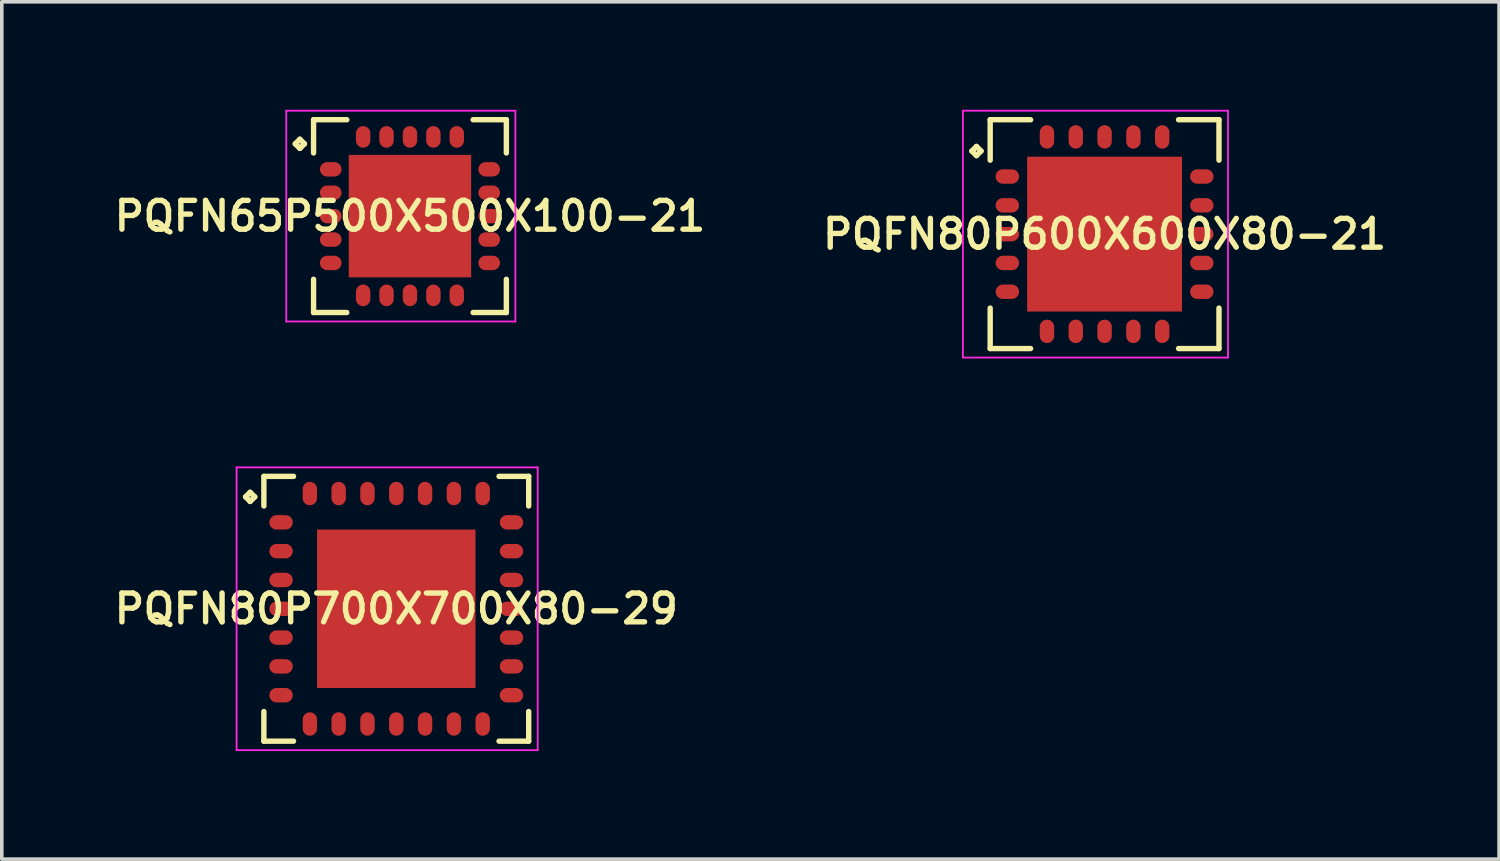
<source format=kicad_pcb>
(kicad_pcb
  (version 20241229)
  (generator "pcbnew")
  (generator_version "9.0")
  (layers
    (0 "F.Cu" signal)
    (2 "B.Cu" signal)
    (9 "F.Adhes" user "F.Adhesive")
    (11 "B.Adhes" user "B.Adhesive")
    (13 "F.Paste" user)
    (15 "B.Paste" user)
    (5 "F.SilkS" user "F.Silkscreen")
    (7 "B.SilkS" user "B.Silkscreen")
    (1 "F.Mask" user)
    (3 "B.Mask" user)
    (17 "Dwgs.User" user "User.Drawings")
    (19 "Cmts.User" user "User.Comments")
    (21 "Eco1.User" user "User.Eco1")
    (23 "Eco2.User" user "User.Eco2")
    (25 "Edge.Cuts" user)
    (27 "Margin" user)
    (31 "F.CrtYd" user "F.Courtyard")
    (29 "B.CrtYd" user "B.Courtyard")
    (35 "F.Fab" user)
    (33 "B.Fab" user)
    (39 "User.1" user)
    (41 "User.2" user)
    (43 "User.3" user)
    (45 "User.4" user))
  (footprint "PQFN80P600X600X80-21"
    (layer "F.Cu")
    (at 27.625 3.452)
    (property "Reference" "PQFN80P600X600X80-21" (at 0 0 0) (layer "F.SilkS") (effects (font (size 0.8 0.8) (thickness 0.15))))
    (attr smd)
    (fp_line (start -3.685 -2.308) (end -3.558 -2.435) (stroke (width 0.15) (type solid)) (layer "F.SilkS"))
    (fp_line (start -3.558 -2.435) (end -3.431 -2.308) (stroke (width 0.15) (type solid)) (layer "F.SilkS"))
    (fp_line (start -3.558 -2.181) (end -3.685 -2.308) (stroke (width 0.15) (type solid)) (layer "F.SilkS"))
    (fp_line (start -3.431 -2.308) (end -3.558 -2.181) (stroke (width 0.15) (type solid)) (layer "F.SilkS"))
    (fp_line (start -3.177 -3.177) (end -2.054 -3.177) (stroke (width 0.15) (type solid)) (layer "F.SilkS"))
    (fp_line (start -3.177 -2.054) (end -3.177 -3.177) (stroke (width 0.15) (type solid)) (layer "F.SilkS"))
    (fp_line (start -3.177 2.054) (end -3.177 3.177) (stroke (width 0.15) (type solid)) (layer "F.SilkS"))
    (fp_line (start -3.177 3.177) (end -2.054 3.177) (stroke (width 0.15) (type solid)) (layer "F.SilkS"))
    (fp_line (start 2.054 -3.177) (end 3.177 -3.177) (stroke (width 0.15) (type solid)) (layer "F.SilkS"))
    (fp_line (start 2.054 3.177) (end 3.177 3.177) (stroke (width 0.15) (type solid)) (layer "F.SilkS"))
    (fp_line (start 3.177 -3.177) (end 3.177 -2.054) (stroke (width 0.15) (type solid)) (layer "F.SilkS"))
    (fp_line (start 3.177 3.177) (end 3.177 2.054) (stroke (width 0.15) (type solid)) (layer "F.SilkS"))
    (fp_line (start -3.935 -3.427) (end 3.427 -3.427) (stroke (width 0.05) (type solid)) (layer "F.CrtYd"))
    (fp_line (start -3.935 3.427) (end -3.935 -3.427) (stroke (width 0.05) (type solid)) (layer "F.CrtYd"))
    (fp_line (start 3.427 -3.427) (end 3.427 3.427) (stroke (width 0.05) (type solid)) (layer "F.CrtYd"))
    (fp_line (start 3.427 3.427) (end -3.935 3.427) (stroke (width 0.05) (type solid)) (layer "F.CrtYd"))
    (pad "1" smd oval (at -2.7 -1.6) (size 0.65 0.4) (layers "F.Cu" "F.Mask" "F.Paste"))
    (pad "2" smd oval (at -2.7 -0.8) (size 0.65 0.4) (layers "F.Cu" "F.Mask" "F.Paste"))
    (pad "3" smd oval (at -2.7 0) (size 0.65 0.4) (layers "F.Cu" "F.Mask" "F.Paste"))
    (pad "4" smd oval (at -2.7 0.8) (size 0.65 0.4) (layers "F.Cu" "F.Mask" "F.Paste"))
    (pad "5" smd oval (at -2.7 1.6) (size 0.65 0.4) (layers "F.Cu" "F.Mask" "F.Paste"))
    (pad "6" smd oval (at -1.6 2.7) (size 0.4 0.65) (layers "F.Cu" "F.Mask" "F.Paste"))
    (pad "7" smd oval (at -0.8 2.7) (size 0.4 0.65) (layers "F.Cu" "F.Mask" "F.Paste"))
    (pad "8" smd oval (at 0 2.7) (size 0.4 0.65) (layers "F.Cu" "F.Mask" "F.Paste"))
    (pad "9" smd oval (at 0.8 2.7) (size 0.4 0.65) (layers "F.Cu" "F.Mask" "F.Paste"))
    (pad "10" smd oval (at 1.6 2.7) (size 0.4 0.65) (layers "F.Cu" "F.Mask" "F.Paste"))
    (pad "11" smd oval (at 2.7 1.6) (size 0.65 0.4) (layers "F.Cu" "F.Mask" "F.Paste"))
    (pad "12" smd oval (at 2.7 0.8) (size 0.65 0.4) (layers "F.Cu" "F.Mask" "F.Paste"))
    (pad "13" smd oval (at 2.7 0) (size 0.65 0.4) (layers "F.Cu" "F.Mask" "F.Paste"))
    (pad "14" smd oval (at 2.7 -0.8) (size 0.65 0.4) (layers "F.Cu" "F.Mask" "F.Paste"))
    (pad "15" smd oval (at 2.7 -1.6) (size 0.65 0.4) (layers "F.Cu" "F.Mask" "F.Paste"))
    (pad "16" smd oval (at 1.6 -2.7) (size 0.4 0.65) (layers "F.Cu" "F.Mask" "F.Paste"))
    (pad "17" smd oval (at 0.8 -2.7) (size 0.4 0.65) (layers "F.Cu" "F.Mask" "F.Paste"))
    (pad "18" smd oval (at 0 -2.7) (size 0.4 0.65) (layers "F.Cu" "F.Mask" "F.Paste"))
    (pad "19" smd oval (at -0.8 -2.7) (size 0.4 0.65) (layers "F.Cu" "F.Mask" "F.Paste"))
    (pad "20" smd oval (at -1.6 -2.7) (size 0.4 0.65) (layers "F.Cu" "F.Mask" "F.Paste"))
    (pad "21" smd rect (at 0 0) (size 4.3 4.3) (layers "F.Cu" "F.Mask" "F.Paste")))
  (footprint "PQFN80P700X700X80-29"
    (layer "F.Cu")
    (at 7.955 13.856)
    (property "Reference" "PQFN80P700X700X80-29" (at 0 0 0) (layer "F.SilkS") (effects (font (size 0.8 0.8) (thickness 0.15))))
    (attr smd)
    (fp_line (start -4.185 -3.108) (end -4.058 -3.235) (stroke (width 0.15) (type solid)) (layer "F.SilkS"))
    (fp_line (start -4.058 -3.235) (end -3.931 -3.108) (stroke (width 0.15) (type solid)) (layer "F.SilkS"))
    (fp_line (start -4.058 -2.981) (end -4.185 -3.108) (stroke (width 0.15) (type solid)) (layer "F.SilkS"))
    (fp_line (start -3.931 -3.108) (end -4.058 -2.981) (stroke (width 0.15) (type solid)) (layer "F.SilkS"))
    (fp_line (start -3.677 -3.677) (end -2.854 -3.677) (stroke (width 0.15) (type solid)) (layer "F.SilkS"))
    (fp_line (start -3.677 -2.854) (end -3.677 -3.677) (stroke (width 0.15) (type solid)) (layer "F.SilkS"))
    (fp_line (start -3.677 2.854) (end -3.677 3.677) (stroke (width 0.15) (type solid)) (layer "F.SilkS"))
    (fp_line (start -3.677 3.677) (end -2.854 3.677) (stroke (width 0.15) (type solid)) (layer "F.SilkS"))
    (fp_line (start 2.854 -3.677) (end 3.677 -3.677) (stroke (width 0.15) (type solid)) (layer "F.SilkS"))
    (fp_line (start 2.854 3.677) (end 3.677 3.677) (stroke (width 0.15) (type solid)) (layer "F.SilkS"))
    (fp_line (start 3.677 -3.677) (end 3.677 -2.854) (stroke (width 0.15) (type solid)) (layer "F.SilkS"))
    (fp_line (start 3.677 3.677) (end 3.677 2.854) (stroke (width 0.15) (type solid)) (layer "F.SilkS"))
    (fp_line (start -4.435 -3.927) (end 3.927 -3.927) (stroke (width 0.05) (type solid)) (layer "F.CrtYd"))
    (fp_line (start -4.435 3.927) (end -4.435 -3.927) (stroke (width 0.05) (type solid)) (layer "F.CrtYd"))
    (fp_line (start 3.927 -3.927) (end 3.927 3.927) (stroke (width 0.05) (type solid)) (layer "F.CrtYd"))
    (fp_line (start 3.927 3.927) (end -4.435 3.927) (stroke (width 0.05) (type solid)) (layer "F.CrtYd"))
    (pad "1" smd oval (at -3.2 -2.4) (size 0.65 0.4) (layers "F.Cu" "F.Mask" "F.Paste"))
    (pad "2" smd oval (at -3.2 -1.6) (size 0.65 0.4) (layers "F.Cu" "F.Mask" "F.Paste"))
    (pad "3" smd oval (at -3.2 -0.8) (size 0.65 0.4) (layers "F.Cu" "F.Mask" "F.Paste"))
    (pad "4" smd oval (at -3.2 0) (size 0.65 0.4) (layers "F.Cu" "F.Mask" "F.Paste"))
    (pad "5" smd oval (at -3.2 0.8) (size 0.65 0.4) (layers "F.Cu" "F.Mask" "F.Paste"))
    (pad "6" smd oval (at -3.2 1.6) (size 0.65 0.4) (layers "F.Cu" "F.Mask" "F.Paste"))
    (pad "7" smd oval (at -3.2 2.4) (size 0.65 0.4) (layers "F.Cu" "F.Mask" "F.Paste"))
    (pad "8" smd oval (at -2.4 3.2) (size 0.4 0.65) (layers "F.Cu" "F.Mask" "F.Paste"))
    (pad "9" smd oval (at -1.6 3.2) (size 0.4 0.65) (layers "F.Cu" "F.Mask" "F.Paste"))
    (pad "10" smd oval (at -0.8 3.2) (size 0.4 0.65) (layers "F.Cu" "F.Mask" "F.Paste"))
    (pad "11" smd oval (at 0 3.2) (size 0.4 0.65) (layers "F.Cu" "F.Mask" "F.Paste"))
    (pad "12" smd oval (at 0.8 3.2) (size 0.4 0.65) (layers "F.Cu" "F.Mask" "F.Paste"))
    (pad "13" smd oval (at 1.6 3.2) (size 0.4 0.65) (layers "F.Cu" "F.Mask" "F.Paste"))
    (pad "14" smd oval (at 2.4 3.2) (size 0.4 0.65) (layers "F.Cu" "F.Mask" "F.Paste"))
    (pad "15" smd oval (at 3.2 2.4) (size 0.65 0.4) (layers "F.Cu" "F.Mask" "F.Paste"))
    (pad "16" smd oval (at 3.2 1.6) (size 0.65 0.4) (layers "F.Cu" "F.Mask" "F.Paste"))
    (pad "17" smd oval (at 3.2 0.8) (size 0.65 0.4) (layers "F.Cu" "F.Mask" "F.Paste"))
    (pad "18" smd oval (at 3.2 0) (size 0.65 0.4) (layers "F.Cu" "F.Mask" "F.Paste"))
    (pad "19" smd oval (at 3.2 -0.8) (size 0.65 0.4) (layers "F.Cu" "F.Mask" "F.Paste"))
    (pad "20" smd oval (at 3.2 -1.6) (size 0.65 0.4) (layers "F.Cu" "F.Mask" "F.Paste"))
    (pad "21" smd oval (at 3.2 -2.4) (size 0.65 0.4) (layers "F.Cu" "F.Mask" "F.Paste"))
    (pad "22" smd oval (at 2.4 -3.2) (size 0.4 0.65) (layers "F.Cu" "F.Mask" "F.Paste"))
    (pad "23" smd oval (at 1.6 -3.2) (size 0.4 0.65) (layers "F.Cu" "F.Mask" "F.Paste"))
    (pad "24" smd oval (at 0.8 -3.2) (size 0.4 0.65) (layers "F.Cu" "F.Mask" "F.Paste"))
    (pad "25" smd oval (at 0 -3.2) (size 0.4 0.65) (layers "F.Cu" "F.Mask" "F.Paste"))
    (pad "26" smd oval (at -0.8 -3.2) (size 0.4 0.65) (layers "F.Cu" "F.Mask" "F.Paste"))
    (pad "27" smd oval (at -1.6 -3.2) (size 0.4 0.65) (layers "F.Cu" "F.Mask" "F.Paste"))
    (pad "28" smd oval (at -2.4 -3.2) (size 0.4 0.65) (layers "F.Cu" "F.Mask" "F.Paste"))
    (pad "29" smd rect (at 0 0) (size 4.4 4.4) (layers "F.Cu" "F.Mask" "F.Paste")))
  (footprint "PQFN65P500X500X100-21"
    (layer "F.Cu")
    (at 8.335 2.952)
    (property "Reference" "PQFN65P500X500X100-21" (at 0 0 0) (layer "F.SilkS") (effects (font (size 0.8 0.8) (thickness 0.15))))
    (attr smd)
    (fp_line (start -3.185 -2.008) (end -3.058 -2.135) (stroke (width 0.15) (type solid)) (layer "F.SilkS"))
    (fp_line (start -3.058 -2.135) (end -2.931 -2.008) (stroke (width 0.15) (type solid)) (layer "F.SilkS"))
    (fp_line (start -3.058 -1.881) (end -3.185 -2.008) (stroke (width 0.15) (type solid)) (layer "F.SilkS"))
    (fp_line (start -2.931 -2.008) (end -3.058 -1.881) (stroke (width 0.15) (type solid)) (layer "F.SilkS"))
    (fp_line (start -2.677 -2.677) (end -1.754 -2.677) (stroke (width 0.15) (type solid)) (layer "F.SilkS"))
    (fp_line (start -2.677 -1.754) (end -2.677 -2.677) (stroke (width 0.15) (type solid)) (layer "F.SilkS"))
    (fp_line (start -2.677 1.754) (end -2.677 2.677) (stroke (width 0.15) (type solid)) (layer "F.SilkS"))
    (fp_line (start -2.677 2.677) (end -1.754 2.677) (stroke (width 0.15) (type solid)) (layer "F.SilkS"))
    (fp_line (start 1.754 -2.677) (end 2.677 -2.677) (stroke (width 0.15) (type solid)) (layer "F.SilkS"))
    (fp_line (start 1.754 2.677) (end 2.677 2.677) (stroke (width 0.15) (type solid)) (layer "F.SilkS"))
    (fp_line (start 2.677 -2.677) (end 2.677 -1.754) (stroke (width 0.15) (type solid)) (layer "F.SilkS"))
    (fp_line (start 2.677 2.677) (end 2.677 1.754) (stroke (width 0.15) (type solid)) (layer "F.SilkS"))
    (fp_line (start -3.435 -2.927) (end 2.927 -2.927) (stroke (width 0.05) (type solid)) (layer "F.CrtYd"))
    (fp_line (start -3.435 2.927) (end -3.435 -2.927) (stroke (width 0.05) (type solid)) (layer "F.CrtYd"))
    (fp_line (start 2.927 -2.927) (end 2.927 2.927) (stroke (width 0.05) (type solid)) (layer "F.CrtYd"))
    (fp_line (start 2.927 2.927) (end -3.435 2.927) (stroke (width 0.05) (type solid)) (layer "F.CrtYd"))
    (pad "1" smd oval (at -2.2 -1.3) (size 0.6 0.4) (layers "F.Cu" "F.Mask" "F.Paste"))
    (pad "2" smd oval (at -2.2 -0.65) (size 0.6 0.4) (layers "F.Cu" "F.Mask" "F.Paste"))
    (pad "3" smd oval (at -2.2 0) (size 0.6 0.4) (layers "F.Cu" "F.Mask" "F.Paste"))
    (pad "4" smd oval (at -2.2 0.65) (size 0.6 0.4) (layers "F.Cu" "F.Mask" "F.Paste"))
    (pad "5" smd oval (at -2.2 1.3) (size 0.6 0.4) (layers "F.Cu" "F.Mask" "F.Paste"))
    (pad "6" smd oval (at -1.3 2.2) (size 0.4 0.6) (layers "F.Cu" "F.Mask" "F.Paste"))
    (pad "7" smd oval (at -0.65 2.2) (size 0.4 0.6) (layers "F.Cu" "F.Mask" "F.Paste"))
    (pad "8" smd oval (at 0 2.2) (size 0.4 0.6) (layers "F.Cu" "F.Mask" "F.Paste"))
    (pad "9" smd oval (at 0.65 2.2) (size 0.4 0.6) (layers "F.Cu" "F.Mask" "F.Paste"))
    (pad "10" smd oval (at 1.3 2.2) (size 0.4 0.6) (layers "F.Cu" "F.Mask" "F.Paste"))
    (pad "11" smd oval (at 2.2 1.3) (size 0.6 0.4) (layers "F.Cu" "F.Mask" "F.Paste"))
    (pad "12" smd oval (at 2.2 0.65) (size 0.6 0.4) (layers "F.Cu" "F.Mask" "F.Paste"))
    (pad "13" smd oval (at 2.2 0) (size 0.6 0.4) (layers "F.Cu" "F.Mask" "F.Paste"))
    (pad "14" smd oval (at 2.2 -0.65) (size 0.6 0.4) (layers "F.Cu" "F.Mask" "F.Paste"))
    (pad "15" smd oval (at 2.2 -1.3) (size 0.6 0.4) (layers "F.Cu" "F.Mask" "F.Paste"))
    (pad "16" smd oval (at 1.3 -2.2) (size 0.4 0.6) (layers "F.Cu" "F.Mask" "F.Paste"))
    (pad "17" smd oval (at 0.65 -2.2) (size 0.4 0.6) (layers "F.Cu" "F.Mask" "F.Paste"))
    (pad "18" smd oval (at 0 -2.2) (size 0.4 0.6) (layers "F.Cu" "F.Mask" "F.Paste"))
    (pad "19" smd oval (at -0.65 -2.2) (size 0.4 0.6) (layers "F.Cu" "F.Mask" "F.Paste"))
    (pad "20" smd oval (at -1.3 -2.2) (size 0.4 0.6) (layers "F.Cu" "F.Mask" "F.Paste"))
    (pad "21" smd rect (at 0 0) (size 3.4 3.4) (layers "F.Cu" "F.Mask" "F.Paste")))
  (gr_rect
    (start -3 -3)
    (end 38.58 20.808)
    (stroke (width 0.1) (type default))
    (fill no)
    (layer "Edge.Cuts")))
</source>
